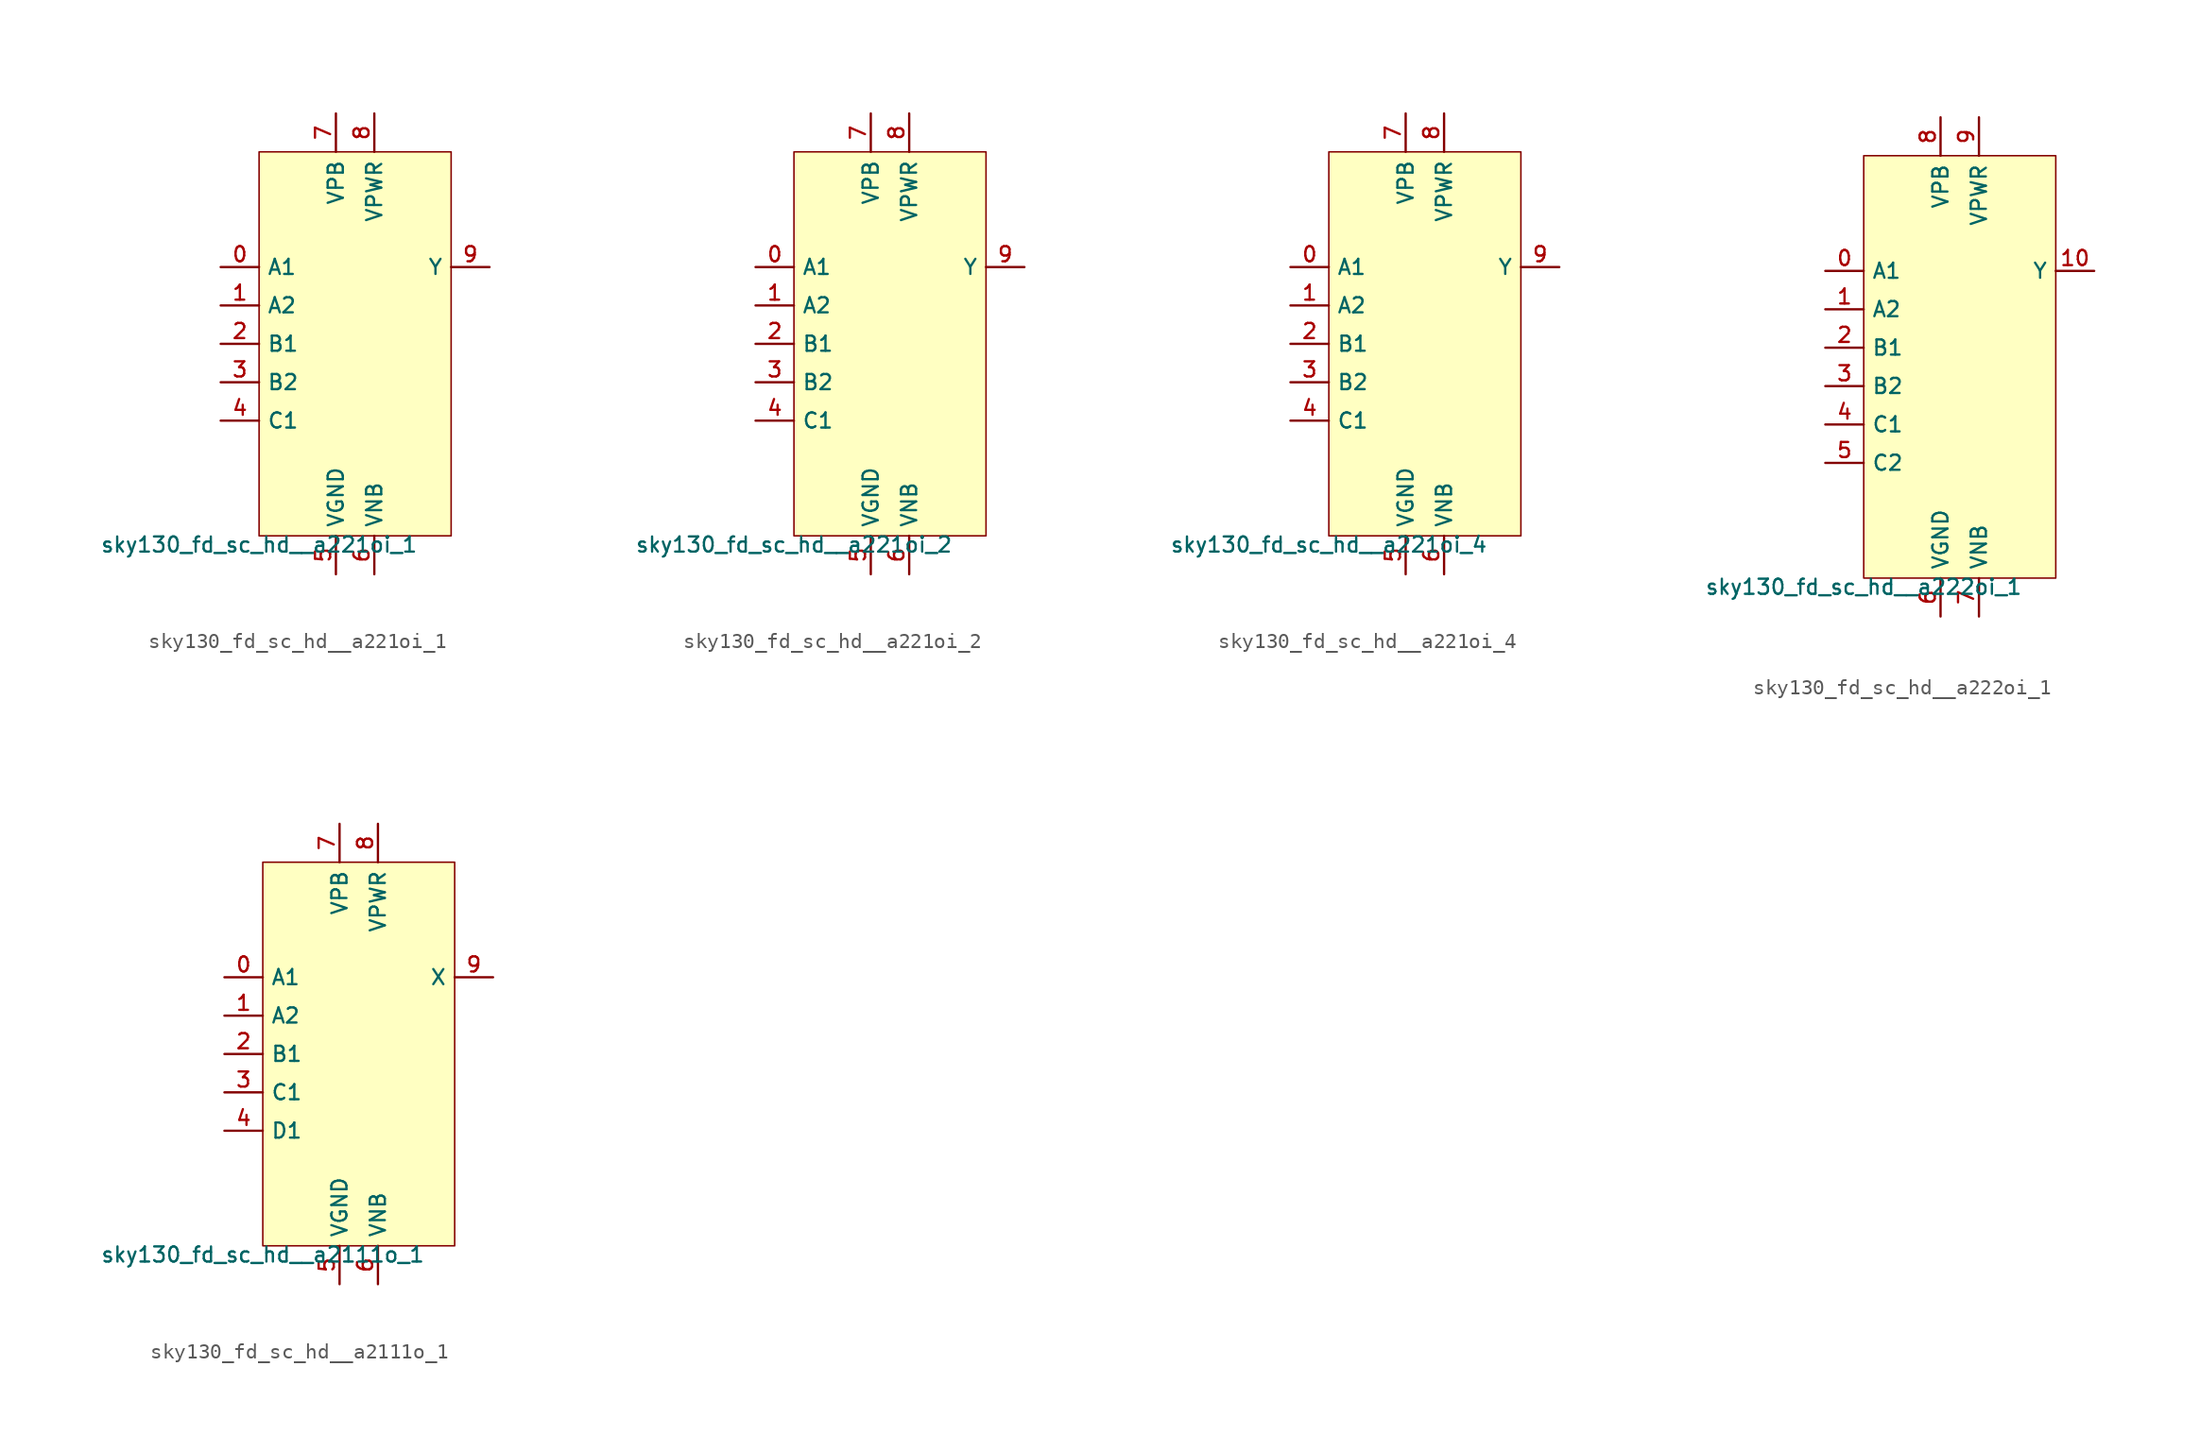
<source format=kicad_sym>
(kicad_symbol_lib
  (version 20211014)
  (generator lef2kicad_sym)
  (symbol "sky130_fd_sc_hd__a221oi_1"
    (property "Reference" "X"
      (at 0 0 0)
      (effects (font (size 1 1)) hide))
    (property "Value" "sky130_fd_sc_hd__a221oi_1"
      (at -6.35 -12.7 0)
      (effects (font (size 1 1)) (justify top)))
    (rectangle
      (start -6.35 -12.7)
      (end 6.35 12.7)
      (stroke (width 0.1) (type solid) (color 0 0 0 0))
      (fill (type background)))
    (pin input line
      (at -8.89 5.08 0)
      (length 2.54)
      (name "A1" (effects (font (size 1 1)) hide))
      (number "0" (effects (font (size 1 1)) hide)))
    (pin input line
      (at -8.89 2.54 0)
      (length 2.54)
      (name "A2" (effects (font (size 1 1)) hide))
      (number "1" (effects (font (size 1 1)) hide)))
    (pin input line
      (at -8.89 -8.881784197001252e-16 0)
      (length 2.54)
      (name "B1" (effects (font (size 1 1)) hide))
      (number "2" (effects (font (size 1 1)) hide)))
    (pin input line
      (at -8.89 -2.54 0)
      (length 2.54)
      (name "B2" (effects (font (size 1 1)) hide))
      (number "3" (effects (font (size 1 1)) hide)))
    (pin input line
      (at -8.89 -5.08 0)
      (length 2.54)
      (name "C1" (effects (font (size 1 1)) hide))
      (number "4" (effects (font (size 1 1)) hide)))
    (pin power_in line
      (at -1.27 -15.24 90)
      (length 2.54)
      (name "VGND" (effects (font (size 1 1)) hide))
      (number "5" (effects (font (size 1 1)) hide)))
    (pin power_in line
      (at 1.27 -15.24 90)
      (length 2.54)
      (name "VNB" (effects (font (size 1 1)) hide))
      (number "6" (effects (font (size 1 1)) hide)))
    (pin power_in line
      (at -1.27 15.24 270)
      (length 2.54)
      (name "VPB" (effects (font (size 1 1)) hide))
      (number "7" (effects (font (size 1 1)) hide)))
    (pin power_in line
      (at 1.27 15.24 270)
      (length 2.54)
      (name "VPWR" (effects (font (size 1 1)) hide))
      (number "8" (effects (font (size 1 1)) hide)))
    (pin output line
      (at 8.89 5.08 180)
      (length 2.54)
      (name "Y" (effects (font (size 1 1)) hide))
      (number "9" (effects (font (size 1 1)) hide))))
  (symbol "sky130_fd_sc_hd__a221oi_2"
    (property "Reference" "X"
      (at 0 0 0)
      (effects (font (size 1 1)) hide))
    (property "Value" "sky130_fd_sc_hd__a221oi_2"
      (at -6.35 -12.7 0)
      (effects (font (size 1 1)) (justify top)))
    (rectangle
      (start -6.35 -12.7)
      (end 6.35 12.7)
      (stroke (width 0.1) (type solid) (color 0 0 0 0))
      (fill (type background)))
    (pin input line
      (at -8.89 5.08 0)
      (length 2.54)
      (name "A1" (effects (font (size 1 1)) hide))
      (number "0" (effects (font (size 1 1)) hide)))
    (pin input line
      (at -8.89 2.54 0)
      (length 2.54)
      (name "A2" (effects (font (size 1 1)) hide))
      (number "1" (effects (font (size 1 1)) hide)))
    (pin input line
      (at -8.89 -8.881784197001252e-16 0)
      (length 2.54)
      (name "B1" (effects (font (size 1 1)) hide))
      (number "2" (effects (font (size 1 1)) hide)))
    (pin input line
      (at -8.89 -2.54 0)
      (length 2.54)
      (name "B2" (effects (font (size 1 1)) hide))
      (number "3" (effects (font (size 1 1)) hide)))
    (pin input line
      (at -8.89 -5.08 0)
      (length 2.54)
      (name "C1" (effects (font (size 1 1)) hide))
      (number "4" (effects (font (size 1 1)) hide)))
    (pin power_in line
      (at -1.27 -15.24 90)
      (length 2.54)
      (name "VGND" (effects (font (size 1 1)) hide))
      (number "5" (effects (font (size 1 1)) hide)))
    (pin power_in line
      (at 1.27 -15.24 90)
      (length 2.54)
      (name "VNB" (effects (font (size 1 1)) hide))
      (number "6" (effects (font (size 1 1)) hide)))
    (pin power_in line
      (at -1.27 15.24 270)
      (length 2.54)
      (name "VPB" (effects (font (size 1 1)) hide))
      (number "7" (effects (font (size 1 1)) hide)))
    (pin power_in line
      (at 1.27 15.24 270)
      (length 2.54)
      (name "VPWR" (effects (font (size 1 1)) hide))
      (number "8" (effects (font (size 1 1)) hide)))
    (pin output line
      (at 8.89 5.08 180)
      (length 2.54)
      (name "Y" (effects (font (size 1 1)) hide))
      (number "9" (effects (font (size 1 1)) hide))))
  (symbol "sky130_fd_sc_hd__a221oi_4"
    (property "Reference" "X"
      (at 0 0 0)
      (effects (font (size 1 1)) hide))
    (property "Value" "sky130_fd_sc_hd__a221oi_4"
      (at -6.35 -12.7 0)
      (effects (font (size 1 1)) (justify top)))
    (rectangle
      (start -6.35 -12.7)
      (end 6.35 12.7)
      (stroke (width 0.1) (type solid) (color 0 0 0 0))
      (fill (type background)))
    (pin input line
      (at -8.89 5.08 0)
      (length 2.54)
      (name "A1" (effects (font (size 1 1)) hide))
      (number "0" (effects (font (size 1 1)) hide)))
    (pin input line
      (at -8.89 2.54 0)
      (length 2.54)
      (name "A2" (effects (font (size 1 1)) hide))
      (number "1" (effects (font (size 1 1)) hide)))
    (pin input line
      (at -8.89 -8.881784197001252e-16 0)
      (length 2.54)
      (name "B1" (effects (font (size 1 1)) hide))
      (number "2" (effects (font (size 1 1)) hide)))
    (pin input line
      (at -8.89 -2.54 0)
      (length 2.54)
      (name "B2" (effects (font (size 1 1)) hide))
      (number "3" (effects (font (size 1 1)) hide)))
    (pin input line
      (at -8.89 -5.08 0)
      (length 2.54)
      (name "C1" (effects (font (size 1 1)) hide))
      (number "4" (effects (font (size 1 1)) hide)))
    (pin power_in line
      (at -1.27 -15.24 90)
      (length 2.54)
      (name "VGND" (effects (font (size 1 1)) hide))
      (number "5" (effects (font (size 1 1)) hide)))
    (pin power_in line
      (at 1.27 -15.24 90)
      (length 2.54)
      (name "VNB" (effects (font (size 1 1)) hide))
      (number "6" (effects (font (size 1 1)) hide)))
    (pin power_in line
      (at -1.27 15.24 270)
      (length 2.54)
      (name "VPB" (effects (font (size 1 1)) hide))
      (number "7" (effects (font (size 1 1)) hide)))
    (pin power_in line
      (at 1.27 15.24 270)
      (length 2.54)
      (name "VPWR" (effects (font (size 1 1)) hide))
      (number "8" (effects (font (size 1 1)) hide)))
    (pin output line
      (at 8.89 5.08 180)
      (length 2.54)
      (name "Y" (effects (font (size 1 1)) hide))
      (number "9" (effects (font (size 1 1)) hide))))
  (symbol "sky130_fd_sc_hd__a222oi_1"
    (property "Reference" "X"
      (at 0 0 0)
      (effects (font (size 1 1)) hide))
    (property "Value" "sky130_fd_sc_hd__a222oi_1"
      (at -6.35 -13.97 0)
      (effects (font (size 1 1)) (justify top)))
    (rectangle
      (start -6.35 -13.97)
      (end 6.35 13.97)
      (stroke (width 0.1) (type solid) (color 0 0 0 0))
      (fill (type background)))
    (pin input line
      (at -8.89 6.35 0)
      (length 2.54)
      (name "A1" (effects (font (size 1 1)) hide))
      (number "0" (effects (font (size 1 1)) hide)))
    (pin input line
      (at -8.89 3.81 0)
      (length 2.54)
      (name "A2" (effects (font (size 1 1)) hide))
      (number "1" (effects (font (size 1 1)) hide)))
    (pin input line
      (at -8.89 1.27 0)
      (length 2.54)
      (name "B1" (effects (font (size 1 1)) hide))
      (number "2" (effects (font (size 1 1)) hide)))
    (pin input line
      (at -8.89 -1.27 0)
      (length 2.54)
      (name "B2" (effects (font (size 1 1)) hide))
      (number "3" (effects (font (size 1 1)) hide)))
    (pin input line
      (at -8.89 -3.81 0)
      (length 2.54)
      (name "C1" (effects (font (size 1 1)) hide))
      (number "4" (effects (font (size 1 1)) hide)))
    (pin input line
      (at -8.89 -6.35 0)
      (length 2.54)
      (name "C2" (effects (font (size 1 1)) hide))
      (number "5" (effects (font (size 1 1)) hide)))
    (pin power_in line
      (at -1.27 -16.51 90)
      (length 2.54)
      (name "VGND" (effects (font (size 1 1)) hide))
      (number "6" (effects (font (size 1 1)) hide)))
    (pin power_in line
      (at 1.27 -16.51 90)
      (length 2.54)
      (name "VNB" (effects (font (size 1 1)) hide))
      (number "7" (effects (font (size 1 1)) hide)))
    (pin power_in line
      (at -1.27 16.51 270)
      (length 2.54)
      (name "VPB" (effects (font (size 1 1)) hide))
      (number "8" (effects (font (size 1 1)) hide)))
    (pin power_in line
      (at 1.27 16.51 270)
      (length 2.54)
      (name "VPWR" (effects (font (size 1 1)) hide))
      (number "9" (effects (font (size 1 1)) hide)))
    (pin output line
      (at 8.89 6.35 180)
      (length 2.54)
      (name "Y" (effects (font (size 1 1)) hide))
      (number "10" (effects (font (size 1 1)) hide))))
  (symbol "sky130_fd_sc_hd__a2111o_1"
    (property "Reference" "X"
      (at 0 0 0)
      (effects (font (size 1 1)) hide))
    (property "Value" "sky130_fd_sc_hd__a2111o_1"
      (at -6.35 -12.7 0)
      (effects (font (size 1 1)) (justify top)))
    (rectangle
      (start -6.35 -12.7)
      (end 6.35 12.7)
      (stroke (width 0.1) (type solid) (color 0 0 0 0))
      (fill (type background)))
    (pin input line
      (at -8.89 5.08 0)
      (length 2.54)
      (name "A1" (effects (font (size 1 1)) hide))
      (number "0" (effects (font (size 1 1)) hide)))
    (pin input line
      (at -8.89 2.54 0)
      (length 2.54)
      (name "A2" (effects (font (size 1 1)) hide))
      (number "1" (effects (font (size 1 1)) hide)))
    (pin input line
      (at -8.89 -8.881784197001252e-16 0)
      (length 2.54)
      (name "B1" (effects (font (size 1 1)) hide))
      (number "2" (effects (font (size 1 1)) hide)))
    (pin input line
      (at -8.89 -2.54 0)
      (length 2.54)
      (name "C1" (effects (font (size 1 1)) hide))
      (number "3" (effects (font (size 1 1)) hide)))
    (pin input line
      (at -8.89 -5.08 0)
      (length 2.54)
      (name "D1" (effects (font (size 1 1)) hide))
      (number "4" (effects (font (size 1 1)) hide)))
    (pin power_in line
      (at -1.27 -15.24 90)
      (length 2.54)
      (name "VGND" (effects (font (size 1 1)) hide))
      (number "5" (effects (font (size 1 1)) hide)))
    (pin power_in line
      (at 1.27 -15.24 90)
      (length 2.54)
      (name "VNB" (effects (font (size 1 1)) hide))
      (number "6" (effects (font (size 1 1)) hide)))
    (pin power_in line
      (at -1.27 15.24 270)
      (length 2.54)
      (name "VPB" (effects (font (size 1 1)) hide))
      (number "7" (effects (font (size 1 1)) hide)))
    (pin power_in line
      (at 1.27 15.24 270)
      (length 2.54)
      (name "VPWR" (effects (font (size 1 1)) hide))
      (number "8" (effects (font (size 1 1)) hide)))
    (pin output line
      (at 8.89 5.08 180)
      (length 2.54)
      (name "X" (effects (font (size 1 1)) hide))
      (number "9" (effects (font (size 1 1)) hide)))))
</source>
